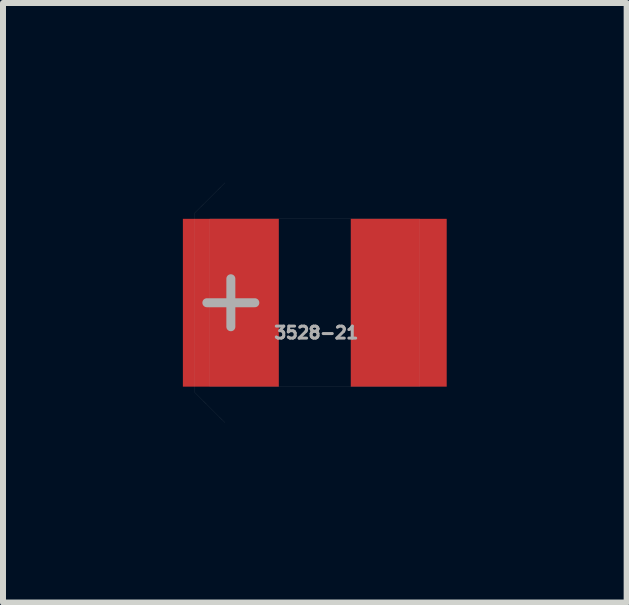
<source format=kicad_pcb>
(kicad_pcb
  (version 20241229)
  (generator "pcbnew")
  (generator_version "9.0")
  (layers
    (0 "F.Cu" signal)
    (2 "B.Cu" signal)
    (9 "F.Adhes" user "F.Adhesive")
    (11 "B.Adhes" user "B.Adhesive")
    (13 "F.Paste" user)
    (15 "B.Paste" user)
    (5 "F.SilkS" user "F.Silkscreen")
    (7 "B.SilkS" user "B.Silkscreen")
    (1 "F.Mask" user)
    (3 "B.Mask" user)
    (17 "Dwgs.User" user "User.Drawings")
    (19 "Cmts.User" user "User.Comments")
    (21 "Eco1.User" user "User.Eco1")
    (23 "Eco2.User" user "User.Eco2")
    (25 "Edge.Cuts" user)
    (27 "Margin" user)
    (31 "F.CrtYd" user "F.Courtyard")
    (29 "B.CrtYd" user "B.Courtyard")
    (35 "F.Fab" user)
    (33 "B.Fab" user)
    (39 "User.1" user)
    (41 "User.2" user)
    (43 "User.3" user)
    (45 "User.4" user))
  (footprint "3528-21"
    (layer "F.Cu")
    (at 2.2 1.999)
    (property "Reference" "3528-21" (at 0.025 0.5 0) (layer "F.Fab") (effects (font (size 0.2 0.2) (thickness 0.05))))
    (attr smd)
    (fp_line (start -1.999 -1.501) (end -1.999 1.501) (stroke (width 0.001) (type solid)) (layer "F.Fab"))
    (fp_line (start -1.999 1.501) (end -1.499 1.999) (stroke (width 0.001) (type solid)) (layer "F.Fab"))
    (fp_line (start -1.8 0) (end -1 0) (stroke (width 0.15) (type solid)) (layer "F.Fab"))
    (fp_line (start -1.75 -1.4) (end 1.75 -1.4) (stroke (width 0.001) (type solid)) (layer "F.Fab"))
    (fp_line (start -1.75 1.4) (end -1.75 -1.4) (stroke (width 0.001) (type solid)) (layer "F.Fab"))
    (fp_line (start -1.499 -1.999) (end -1.999 -1.501) (stroke (width 0.001) (type solid)) (layer "F.Fab"))
    (fp_line (start -1.4 -0.4) (end -1.4 0.4) (stroke (width 0.15) (type solid)) (layer "F.Fab"))
    (fp_line (start 1.75 -1.4) (end 1.75 1.4) (stroke (width 0.001) (type solid)) (layer "F.Fab"))
    (fp_line (start 1.75 1.4) (end -1.75 1.4) (stroke (width 0.001) (type solid)) (layer "F.Fab"))
    (pad "1" smd rect (at -1.4 0) (size 1.6 2.799) (layers "F.Cu" "F.Mask" "F.Paste"))
    (pad "2" smd rect (at 1.4 0) (size 1.6 2.799) (layers "F.Cu" "F.Mask" "F.Paste")))
  (gr_rect
    (start -3 -3)
    (end 7.401 6.999)
    (stroke (width 0.1) (type default))
    (fill no)
    (layer "Edge.Cuts")))
</source>
